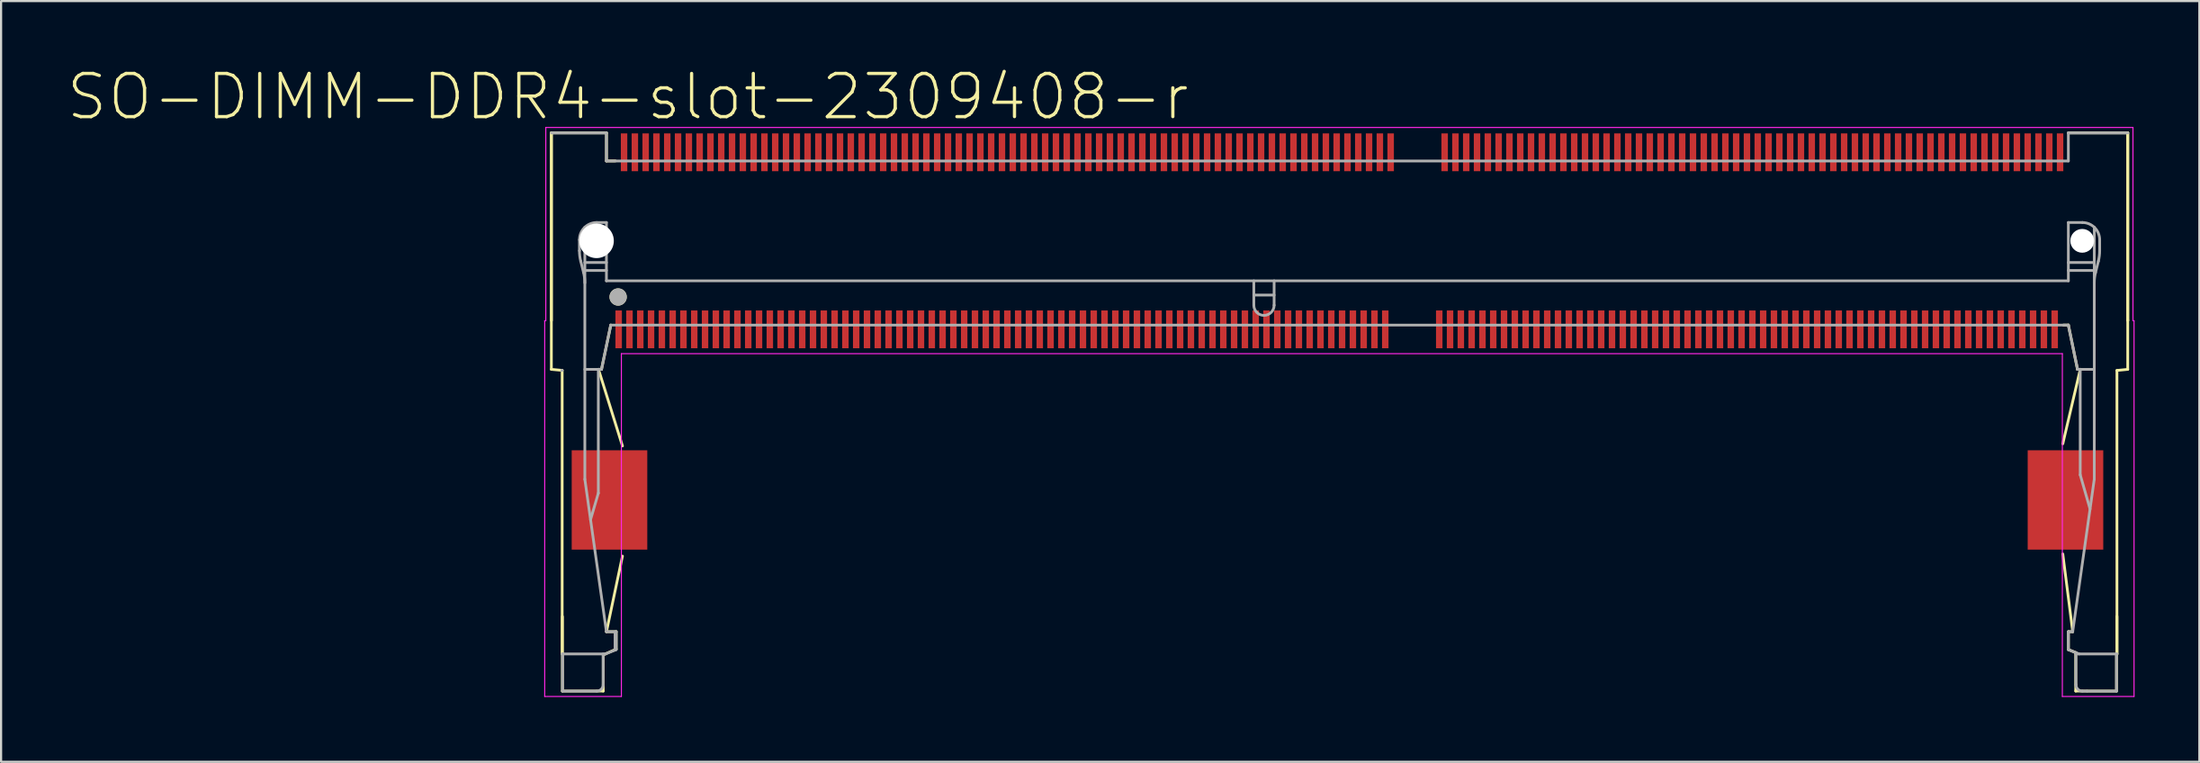
<source format=kicad_pcb>
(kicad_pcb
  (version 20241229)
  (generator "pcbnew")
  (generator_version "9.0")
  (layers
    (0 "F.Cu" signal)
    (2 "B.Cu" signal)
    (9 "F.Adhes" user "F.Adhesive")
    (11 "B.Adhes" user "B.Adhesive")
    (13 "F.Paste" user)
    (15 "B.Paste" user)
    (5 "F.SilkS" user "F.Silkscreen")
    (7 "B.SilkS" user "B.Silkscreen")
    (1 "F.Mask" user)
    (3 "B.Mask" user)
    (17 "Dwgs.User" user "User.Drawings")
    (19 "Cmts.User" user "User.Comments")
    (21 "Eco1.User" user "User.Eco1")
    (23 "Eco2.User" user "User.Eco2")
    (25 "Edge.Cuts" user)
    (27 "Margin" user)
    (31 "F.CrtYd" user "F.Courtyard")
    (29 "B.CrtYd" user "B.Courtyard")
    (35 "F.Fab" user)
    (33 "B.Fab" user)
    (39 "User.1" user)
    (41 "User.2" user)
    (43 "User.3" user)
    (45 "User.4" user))
  (footprint "SO-DIMM-DDR4-slot-2309408-r"
    (layer "F.Cu")
    (at 55.475 8.103)
    (property "Reference" "SO-DIMM-DDR4-slot-2309408-r" (at -29.45 -6.67 180) (layer "F.SilkS") (effects (font (size 2 2) (thickness 0.15))))
    (attr through_hole)
    (fp_line (start -32.992 -4.998) (end -32.992 5.952) (stroke (width 0.127) (type solid)) (layer "F.SilkS"))
    (fp_line (start -32.992 5.952) (end -32.492 5.999) (stroke (width 0.127) (type solid)) (layer "F.SilkS"))
    (fp_line (start -32.99 -5) (end -32.99 3.69) (stroke (width 0.127) (type solid)) (layer "F.SilkS"))
    (fp_line (start -32.492 19.132) (end -32.492 6.002) (stroke (width 0.127) (type solid)) (layer "F.SilkS"))
    (fp_line (start -32.48 20.85) (end -32.48 17.4) (stroke (width 0.127) (type solid)) (layer "F.SilkS"))
    (fp_line (start -30.81 5.95) (end -29.7 9.5) (stroke (width 0.127) (type solid)) (layer "F.SilkS"))
    (fp_line (start -30.67 5.95) (end -30.81 5.95) (stroke (width 0.127) (type solid)) (layer "F.SilkS"))
    (fp_line (start -30.59 19.18) (end -30.59 20.85) (stroke (width 0.127) (type solid)) (layer "F.SilkS"))
    (fp_line (start -30.59 20.85) (end -32.48 20.85) (stroke (width 0.127) (type solid)) (layer "F.SilkS"))
    (fp_line (start -30.47 19.12) (end -30.59 19.18) (stroke (width 0.127) (type solid)) (layer "F.SilkS"))
    (fp_line (start -30.44 -5) (end -32.99 -5) (stroke (width 0.127) (type solid)) (layer "F.SilkS"))
    (fp_line (start -30.44 -3.7) (end -30.44 -5) (stroke (width 0.127) (type solid)) (layer "F.SilkS"))
    (fp_line (start -30.44 18.1) (end -29.99 18.1) (stroke (width 0.127) (type solid)) (layer "F.SilkS"))
    (fp_line (start -30.24 3.9) (end -30.67 5.95) (stroke (width 0.127) (type solid)) (layer "F.SilkS"))
    (fp_line (start -30.03 -3.7) (end -30.44 -3.7) (stroke (width 0.127) (type solid)) (layer "F.SilkS"))
    (fp_line (start -29.99 18.1) (end -29.99 18.91) (stroke (width 0.127) (type solid)) (layer "F.SilkS"))
    (fp_line (start -29.99 18.91) (end -30.47 19.12) (stroke (width 0.127) (type solid)) (layer "F.SilkS"))
    (fp_line (start -29.7 14.6) (end -30.44 18.1) (stroke (width 0.127) (type solid)) (layer "F.SilkS"))
    (fp_line (start 37.03 3.9) (end 37.26 3.9) (stroke (width 0.127) (type solid)) (layer "F.SilkS"))
    (fp_line (start 37.26 3.9) (end 37.68 5.95) (stroke (width 0.127) (type solid)) (layer "F.SilkS"))
    (fp_line (start 37.26 18.1) (end 37.46 18.1) (stroke (width 0.127) (type solid)) (layer "F.SilkS"))
    (fp_line (start 37.26 18.93) (end 37.26 18.1) (stroke (width 0.127) (type solid)) (layer "F.SilkS"))
    (fp_line (start 37.46 18.1) (end 37 14.5) (stroke (width 0.127) (type solid)) (layer "F.SilkS"))
    (fp_line (start 37.6 19.07) (end 37.26 18.93) (stroke (width 0.127) (type solid)) (layer "F.SilkS"))
    (fp_line (start 37.6 20.85) (end 37.6 19.07) (stroke (width 0.127) (type solid)) (layer "F.SilkS"))
    (fp_line (start 37.68 5.95) (end 37.81 5.95) (stroke (width 0.127) (type solid)) (layer "F.SilkS"))
    (fp_line (start 37.81 5.95) (end 37 9.4) (stroke (width 0.127) (type solid)) (layer "F.SilkS"))
    (fp_line (start 39.49 19.14) (end 39.49 20.85) (stroke (width 0.127) (type solid)) (layer "F.SilkS"))
    (fp_line (start 39.49 20.85) (end 37.6 20.85) (stroke (width 0.127) (type solid)) (layer "F.SilkS"))
    (fp_line (start 39.508 6.002) (end 40.008 5.952) (stroke (width 0.127) (type solid)) (layer "F.SilkS"))
    (fp_line (start 39.508 19.132) (end 39.508 6.002) (stroke (width 0.127) (type solid)) (layer "F.SilkS"))
    (fp_line (start 39.51 17.39) (end 39.51 19.14) (stroke (width 0.127) (type solid)) (layer "F.SilkS"))
    (fp_line (start 39.51 19.14) (end 39.49 19.14) (stroke (width 0.127) (type solid)) (layer "F.SilkS"))
    (fp_line (start 40.008 5.952) (end 40.008 -4.998) (stroke (width 0.127) (type solid)) (layer "F.SilkS"))
    (fp_line (start 40.01 -5) (end 37.26 -5) (stroke (width 0.127) (type solid)) (layer "F.SilkS"))
    (fp_line (start 40.01 -5) (end 40.01 3.68) (stroke (width 0.127) (type solid)) (layer "F.SilkS"))
    (fp_line (start 40.01 3.68) (end 40.01 3.69) (stroke (width 0.127) (type solid)) (layer "F.SilkS"))
    (fp_circle (center -29.9 2.6) (end -29.7 2.6) (stroke (width 0.4) (type solid)) (fill no) (layer "F.SilkS"))
    (fp_line (start -33.3 3.7) (end -33.3 21.1) (stroke (width 0.05) (type solid)) (layer "F.CrtYd"))
    (fp_line (start -33.3 3.7) (end -33.25 3.7) (stroke (width 0.05) (type solid)) (layer "F.CrtYd"))
    (fp_line (start -33.3 21.1) (end -29.75 21.1) (stroke (width 0.05) (type solid)) (layer "F.CrtYd"))
    (fp_line (start -33.25 -5.25) (end 40.25 -5.25) (stroke (width 0.05) (type solid)) (layer "F.CrtYd"))
    (fp_line (start -33.25 3.7) (end -33.25 -5.25) (stroke (width 0.05) (type solid)) (layer "F.CrtYd"))
    (fp_line (start -29.75 5.225) (end -29.75 21.1) (stroke (width 0.05) (type solid)) (layer "F.CrtYd"))
    (fp_line (start 36.98 5.225) (end -29.75 5.225) (stroke (width 0.05) (type solid)) (layer "F.CrtYd"))
    (fp_line (start 36.98 21.1) (end 36.98 5.225) (stroke (width 0.05) (type solid)) (layer "F.CrtYd"))
    (fp_line (start 40.25 -5.25) (end 40.25 3.7) (stroke (width 0.05) (type solid)) (layer "F.CrtYd"))
    (fp_line (start 40.25 3.7) (end 40.3 3.7) (stroke (width 0.05) (type solid)) (layer "F.CrtYd"))
    (fp_line (start 40.3 3.7) (end 40.3 21.1) (stroke (width 0.05) (type solid)) (layer "F.CrtYd"))
    (fp_line (start 40.3 21.1) (end 36.98 21.1) (stroke (width 0.05) (type solid)) (layer "F.CrtYd"))
    (fp_line (start -32.492 19.132) (end -30.492 19.132) (stroke (width 0.127) (type solid)) (layer "F.Fab"))
    (fp_line (start -32.472 20.852) (end -32.472 19.132) (stroke (width 0.127) (type solid)) (layer "F.Fab"))
    (fp_line (start -31.692 -0.048) (end -31.692 0.456) (stroke (width 0.127) (type solid)) (layer "F.Fab"))
    (fp_line (start -31.632 0.941) (end -31.502 1.464) (stroke (width 0.127) (type solid)) (layer "F.Fab"))
    (fp_line (start -31.442 1.003) (end -30.442 1.003) (stroke (width 0.127) (type solid)) (layer "F.Fab"))
    (fp_line (start -31.442 1.372) (end -30.442 1.372) (stroke (width 0.127) (type solid)) (layer "F.Fab"))
    (fp_line (start -31.442 11.041) (end -31.442 -0.629) (stroke (width 0.127) (type solid)) (layer "F.Fab"))
    (fp_line (start -30.892 20.852) (end -32.472 20.852) (stroke (width 0.127) (type solid)) (layer "F.Fab"))
    (fp_line (start -30.817 5.952) (end -30.817 11.684) (stroke (width 0.127) (type solid)) (layer "F.Fab"))
    (fp_line (start -30.817 11.684) (end -31.177 12.912) (stroke (width 0.127) (type solid)) (layer "F.Fab"))
    (fp_line (start -30.669 5.952) (end -31.442 5.952) (stroke (width 0.127) (type solid)) (layer "F.Fab"))
    (fp_line (start -30.669 5.952) (end -30.242 3.902) (stroke (width 0.127) (type solid)) (layer "F.Fab"))
    (fp_line (start -30.592 19.132) (end -30.592 20.552) (stroke (width 0.127) (type solid)) (layer "F.Fab"))
    (fp_line (start -30.492 19.132) (end -29.992 18.932) (stroke (width 0.127) (type solid)) (layer "F.Fab"))
    (fp_line (start -30.442 -4.998) (end -32.992 -4.998) (stroke (width 0.127) (type solid)) (layer "F.Fab"))
    (fp_line (start -30.442 -3.698) (end -30.442 -4.998) (stroke (width 0.127) (type solid)) (layer "F.Fab"))
    (fp_line (start -30.442 -0.848) (end -30.892 -0.848) (stroke (width 0.127) (type solid)) (layer "F.Fab"))
    (fp_line (start -30.442 -0.848) (end -30.442 1.852) (stroke (width 0.127) (type solid)) (layer "F.Fab"))
    (fp_line (start -30.442 1.852) (end 37.258 1.852) (stroke (width 0.127) (type solid)) (layer "F.Fab"))
    (fp_line (start -30.442 18.102) (end -31.442 11.041) (stroke (width 0.127) (type solid)) (layer "F.Fab"))
    (fp_line (start -30.442 18.102) (end -29.992 18.102) (stroke (width 0.127) (type solid)) (layer "F.Fab"))
    (fp_line (start -30.242 3.902) (end 37.258 3.902) (stroke (width 0.127) (type solid)) (layer "F.Fab"))
    (fp_line (start -30.042 18.952) (end -30.042 18.102) (stroke (width 0.127) (type solid)) (layer "F.Fab"))
    (fp_line (start -29.992 18.932) (end -29.992 18.102) (stroke (width 0.127) (type solid)) (layer "F.Fab"))
    (fp_line (start -0.462 2.982) (end -0.462 1.852) (stroke (width 0.127) (type solid)) (layer "F.Fab"))
    (fp_line (start 0.478 2.512) (end -0.462 2.512) (stroke (width 0.127) (type solid)) (layer "F.Fab"))
    (fp_line (start 0.478 2.982) (end 0.478 1.852) (stroke (width 0.127) (type solid)) (layer "F.Fab"))
    (fp_line (start 37.258 -4.998) (end 37.258 -3.698) (stroke (width 0.127) (type solid)) (layer "F.Fab"))
    (fp_line (start 37.258 -3.698) (end -30.442 -3.698) (stroke (width 0.127) (type solid)) (layer "F.Fab"))
    (fp_line (start 37.258 -0.848) (end 37.908 -0.848) (stroke (width 0.127) (type solid)) (layer "F.Fab"))
    (fp_line (start 37.258 1.003) (end 38.458 1.003) (stroke (width 0.127) (type solid)) (layer "F.Fab"))
    (fp_line (start 37.258 1.372) (end 38.458 1.372) (stroke (width 0.127) (type solid)) (layer "F.Fab"))
    (fp_line (start 37.258 1.852) (end 37.258 -0.848) (stroke (width 0.127) (type solid)) (layer "F.Fab"))
    (fp_line (start 37.258 3.902) (end 37.685 5.952) (stroke (width 0.127) (type solid)) (layer "F.Fab"))
    (fp_line (start 37.258 18.102) (end 37.258 18.932) (stroke (width 0.127) (type solid)) (layer "F.Fab"))
    (fp_line (start 37.258 18.102) (end 37.458 18.102) (stroke (width 0.127) (type solid)) (layer "F.Fab"))
    (fp_line (start 37.258 18.932) (end 37.758 19.132) (stroke (width 0.127) (type solid)) (layer "F.Fab"))
    (fp_line (start 37.458 18.102) (end 38.458 11.041) (stroke (width 0.127) (type solid)) (layer "F.Fab"))
    (fp_line (start 37.608 19.072) (end 37.608 20.552) (stroke (width 0.127) (type solid)) (layer "F.Fab"))
    (fp_line (start 37.608 19.132) (end 39.508 19.132) (stroke (width 0.127) (type solid)) (layer "F.Fab"))
    (fp_line (start 37.685 5.952) (end 38.458 5.952) (stroke (width 0.127) (type solid)) (layer "F.Fab"))
    (fp_line (start 37.808 10.836) (end 37.808 5.952) (stroke (width 0.127) (type solid)) (layer "F.Fab"))
    (fp_line (start 38.127 20.852) (end 37.908 20.852) (stroke (width 0.127) (type solid)) (layer "F.Fab"))
    (fp_line (start 38.263 12.421) (end 37.808 10.836) (stroke (width 0.127) (type solid)) (layer "F.Fab"))
    (fp_line (start 38.458 -0.629) (end 38.458 11.041) (stroke (width 0.127) (type solid)) (layer "F.Fab"))
    (fp_line (start 38.648 0.941) (end 38.518 1.464) (stroke (width 0.127) (type solid)) (layer "F.Fab"))
    (fp_line (start 38.708 -0.048) (end 38.708 0.456) (stroke (width 0.127) (type solid)) (layer "F.Fab"))
    (fp_line (start 39.488 19.132) (end 39.488 20.853) (stroke (width 0.127) (type solid)) (layer "F.Fab"))
    (fp_line (start 39.488 20.853) (end 38.127 20.853) (stroke (width 0.127) (type solid)) (layer "F.Fab"))
    (fp_line (start 40.008 -4.998) (end 37.258 -4.998) (stroke (width 0.127) (type solid)) (layer "F.Fab"))
    (fp_arc (start -32.4919 5.99926) (mid -32.504299 6.001641) (end -32.5169 6.00244) (stroke (width 0.127) (type solid)) (layer "F.Fab"))
    (fp_arc (start -31.6919 -0.047559) (mid -31.457585 -0.613244) (end -30.8919 -0.847559) (stroke (width 0.127) (type solid)) (layer "F.Fab"))
    (fp_arc (start -31.6321 0.941341) (mid -31.676874 0.700625) (end -31.6919 0.456241) (stroke (width 0.127) (type solid)) (layer "F.Fab"))
    (fp_arc (start -31.5016 1.46355) (mid -31.456876 1.704264) (end -31.4419 1.94864) (stroke (width 0.127) (type solid)) (layer "F.Fab"))
    (fp_arc (start -30.5919 20.5524) (mid -30.679768 20.764532) (end -30.8919 20.8524) (stroke (width 0.127) (type solid)) (layer "F.Fab"))
    (fp_arc (start 0.478131 2.98244) (mid 0.008131 3.45244) (end -0.461869 2.98244) (stroke (width 0.127) (type solid)) (layer "F.Fab"))
    (fp_arc (start 37.9081 -0.847559) (mid 38.473785 -0.613244) (end 38.7081 -0.047559) (stroke (width 0.127) (type solid)) (layer "F.Fab"))
    (fp_arc (start 37.9081 20.8524) (mid 37.695968 20.764532) (end 37.6081 20.5524) (stroke (width 0.127) (type solid)) (layer "F.Fab"))
    (fp_arc (start 38.4581 1.94864) (mid 38.473126 1.704261) (end 38.5179 1.46355) (stroke (width 0.127) (type solid)) (layer "F.Fab"))
    (fp_arc (start 38.7081 0.456241) (mid 38.693124 0.700622) (end 38.6484 0.941341) (stroke (width 0.127) (type solid)) (layer "F.Fab"))
    (fp_circle (center -29.9 2.6) (end -29.7 2.6) (stroke (width 0.4) (type solid)) (fill no) (layer "F.Fab"))
    (pad "" np_thru_hole circle (at -30.9 0) (size 1.6 1.6) (drill 1.6) (layers "*.Cu" "*.Mask"))
    (pad "" np_thru_hole circle (at 37.9 0) (size 1.1 1.1) (drill 1.1) (layers "*.Cu" "*.Mask"))
    (pad "1" smd rect (at -29.875 4.1 270) (size 1.75 0.3) (layers "F.Cu" "F.Mask" "F.Paste"))
    (pad "2" smd rect (at -29.625 -4.1 270) (size 1.75 0.3) (layers "F.Cu" "F.Mask" "F.Paste"))
    (pad "3" smd rect (at -29.375 4.1 270) (size 1.75 0.3) (layers "F.Cu" "F.Mask" "F.Paste"))
    (pad "4" smd rect (at -29.125 -4.1 270) (size 1.75 0.3) (layers "F.Cu" "F.Mask" "F.Paste"))
    (pad "5" smd rect (at -28.875 4.1 270) (size 1.75 0.3) (layers "F.Cu" "F.Mask" "F.Paste"))
    (pad "6" smd rect (at -28.625 -4.1 270) (size 1.75 0.3) (layers "F.Cu" "F.Mask" "F.Paste"))
    (pad "7" smd rect (at -28.375 4.1 270) (size 1.75 0.3) (layers "F.Cu" "F.Mask" "F.Paste"))
    (pad "8" smd rect (at -28.125 -4.1 270) (size 1.75 0.3) (layers "F.Cu" "F.Mask" "F.Paste"))
    (pad "9" smd rect (at -27.875 4.1 270) (size 1.75 0.3) (layers "F.Cu" "F.Mask" "F.Paste"))
    (pad "10" smd rect (at -27.625 -4.1 270) (size 1.75 0.3) (layers "F.Cu" "F.Mask" "F.Paste"))
    (pad "11" smd rect (at -27.375 4.1 270) (size 1.75 0.3) (layers "F.Cu" "F.Mask" "F.Paste"))
    (pad "12" smd rect (at -27.125 -4.1 270) (size 1.75 0.3) (layers "F.Cu" "F.Mask" "F.Paste"))
    (pad "13" smd rect (at -26.875 4.1 270) (size 1.75 0.3) (layers "F.Cu" "F.Mask" "F.Paste"))
    (pad "14" smd rect (at -26.625 -4.1 270) (size 1.75 0.3) (layers "F.Cu" "F.Mask" "F.Paste"))
    (pad "15" smd rect (at -26.375 4.1 270) (size 1.75 0.3) (layers "F.Cu" "F.Mask" "F.Paste"))
    (pad "16" smd rect (at -26.125 -4.1 270) (size 1.75 0.3) (layers "F.Cu" "F.Mask" "F.Paste"))
    (pad "17" smd rect (at -25.875 4.1 270) (size 1.75 0.3) (layers "F.Cu" "F.Mask" "F.Paste"))
    (pad "18" smd rect (at -25.625 -4.1 270) (size 1.75 0.3) (layers "F.Cu" "F.Mask" "F.Paste"))
    (pad "19" smd rect (at -25.375 4.1 270) (size 1.75 0.3) (layers "F.Cu" "F.Mask" "F.Paste"))
    (pad "20" smd rect (at -25.125 -4.1 270) (size 1.75 0.3) (layers "F.Cu" "F.Mask" "F.Paste"))
    (pad "21" smd rect (at -24.875 4.1 270) (size 1.75 0.3) (layers "F.Cu" "F.Mask" "F.Paste"))
    (pad "22" smd rect (at -24.625 -4.1 270) (size 1.75 0.3) (layers "F.Cu" "F.Mask" "F.Paste"))
    (pad "23" smd rect (at -24.375 4.1 270) (size 1.75 0.3) (layers "F.Cu" "F.Mask" "F.Paste"))
    (pad "24" smd rect (at -24.125 -4.1 270) (size 1.75 0.3) (layers "F.Cu" "F.Mask" "F.Paste"))
    (pad "25" smd rect (at -23.875 4.1 270) (size 1.75 0.3) (layers "F.Cu" "F.Mask" "F.Paste"))
    (pad "26" smd rect (at -23.625 -4.1 270) (size 1.75 0.3) (layers "F.Cu" "F.Mask" "F.Paste"))
    (pad "27" smd rect (at -23.375 4.1 270) (size 1.75 0.3) (layers "F.Cu" "F.Mask" "F.Paste"))
    (pad "28" smd rect (at -23.125 -4.1 270) (size 1.75 0.3) (layers "F.Cu" "F.Mask" "F.Paste"))
    (pad "29" smd rect (at -22.875 4.1 270) (size 1.75 0.3) (layers "F.Cu" "F.Mask" "F.Paste"))
    (pad "30" smd rect (at -22.625 -4.1 270) (size 1.75 0.3) (layers "F.Cu" "F.Mask" "F.Paste"))
    (pad "31" smd rect (at -22.375 4.1 270) (size 1.75 0.3) (layers "F.Cu" "F.Mask" "F.Paste"))
    (pad "32" smd rect (at -22.125 -4.1 270) (size 1.75 0.3) (layers "F.Cu" "F.Mask" "F.Paste"))
    (pad "33" smd rect (at -21.875 4.1 270) (size 1.75 0.3) (layers "F.Cu" "F.Mask" "F.Paste"))
    (pad "34" smd rect (at -21.625 -4.1 270) (size 1.75 0.3) (layers "F.Cu" "F.Mask" "F.Paste"))
    (pad "35" smd rect (at -21.375 4.1 270) (size 1.75 0.3) (layers "F.Cu" "F.Mask" "F.Paste"))
    (pad "36" smd rect (at -21.125 -4.1 270) (size 1.75 0.3) (layers "F.Cu" "F.Mask" "F.Paste"))
    (pad "37" smd rect (at -20.875 4.1 270) (size 1.75 0.3) (layers "F.Cu" "F.Mask" "F.Paste"))
    (pad "38" smd rect (at -20.625 -4.1 270) (size 1.75 0.3) (layers "F.Cu" "F.Mask" "F.Paste"))
    (pad "39" smd rect (at -20.375 4.1 270) (size 1.75 0.3) (layers "F.Cu" "F.Mask" "F.Paste"))
    (pad "40" smd rect (at -20.125 -4.1 270) (size 1.75 0.3) (layers "F.Cu" "F.Mask" "F.Paste"))
    (pad "41" smd rect (at -19.875 4.1 270) (size 1.75 0.3) (layers "F.Cu" "F.Mask" "F.Paste"))
    (pad "42" smd rect (at -19.625 -4.1 270) (size 1.75 0.3) (layers "F.Cu" "F.Mask" "F.Paste"))
    (pad "43" smd rect (at -19.375 4.1 270) (size 1.75 0.3) (layers "F.Cu" "F.Mask" "F.Paste"))
    (pad "44" smd rect (at -19.125 -4.1 270) (size 1.75 0.3) (layers "F.Cu" "F.Mask" "F.Paste"))
    (pad "45" smd rect (at -18.875 4.1 270) (size 1.75 0.3) (layers "F.Cu" "F.Mask" "F.Paste"))
    (pad "46" smd rect (at -18.625 -4.1 270) (size 1.75 0.3) (layers "F.Cu" "F.Mask" "F.Paste"))
    (pad "47" smd rect (at -18.375 4.1 270) (size 1.75 0.3) (layers "F.Cu" "F.Mask" "F.Paste"))
    (pad "48" smd rect (at -18.125 -4.1 270) (size 1.75 0.3) (layers "F.Cu" "F.Mask" "F.Paste"))
    (pad "49" smd rect (at -17.875 4.1 270) (size 1.75 0.3) (layers "F.Cu" "F.Mask" "F.Paste"))
    (pad "50" smd rect (at -17.625 -4.1 270) (size 1.75 0.3) (layers "F.Cu" "F.Mask" "F.Paste"))
    (pad "51" smd rect (at -17.375 4.1 270) (size 1.75 0.3) (layers "F.Cu" "F.Mask" "F.Paste"))
    (pad "52" smd rect (at -17.125 -4.1 270) (size 1.75 0.3) (layers "F.Cu" "F.Mask" "F.Paste"))
    (pad "53" smd rect (at -16.875 4.1 270) (size 1.75 0.3) (layers "F.Cu" "F.Mask" "F.Paste"))
    (pad "54" smd rect (at -16.625 -4.1 270) (size 1.75 0.3) (layers "F.Cu" "F.Mask" "F.Paste"))
    (pad "55" smd rect (at -16.375 4.1 270) (size 1.75 0.3) (layers "F.Cu" "F.Mask" "F.Paste"))
    (pad "56" smd rect (at -16.125 -4.1 270) (size 1.75 0.3) (layers "F.Cu" "F.Mask" "F.Paste"))
    (pad "57" smd rect (at -15.875 4.1 270) (size 1.75 0.3) (layers "F.Cu" "F.Mask" "F.Paste"))
    (pad "58" smd rect (at -15.625 -4.1 270) (size 1.75 0.3) (layers "F.Cu" "F.Mask" "F.Paste"))
    (pad "59" smd rect (at -15.375 4.1 270) (size 1.75 0.3) (layers "F.Cu" "F.Mask" "F.Paste"))
    (pad "60" smd rect (at -15.125 -4.1 270) (size 1.75 0.3) (layers "F.Cu" "F.Mask" "F.Paste"))
    (pad "61" smd rect (at -14.875 4.1 270) (size 1.75 0.3) (layers "F.Cu" "F.Mask" "F.Paste"))
    (pad "62" smd rect (at -14.625 -4.1 270) (size 1.75 0.3) (layers "F.Cu" "F.Mask" "F.Paste"))
    (pad "63" smd rect (at -14.375 4.1 270) (size 1.75 0.3) (layers "F.Cu" "F.Mask" "F.Paste"))
    (pad "64" smd rect (at -14.125 -4.1 270) (size 1.75 0.3) (layers "F.Cu" "F.Mask" "F.Paste"))
    (pad "65" smd rect (at -13.875 4.1 270) (size 1.75 0.3) (layers "F.Cu" "F.Mask" "F.Paste"))
    (pad "66" smd rect (at -13.625 -4.1 270) (size 1.75 0.3) (layers "F.Cu" "F.Mask" "F.Paste"))
    (pad "67" smd rect (at -13.375 4.1 270) (size 1.75 0.3) (layers "F.Cu" "F.Mask" "F.Paste"))
    (pad "68" smd rect (at -13.125 -4.1 270) (size 1.75 0.3) (layers "F.Cu" "F.Mask" "F.Paste"))
    (pad "69" smd rect (at -12.875 4.1 270) (size 1.75 0.3) (layers "F.Cu" "F.Mask" "F.Paste"))
    (pad "70" smd rect (at -12.625 -4.1 270) (size 1.75 0.3) (layers "F.Cu" "F.Mask" "F.Paste"))
    (pad "71" smd rect (at -12.375 4.1 270) (size 1.75 0.3) (layers "F.Cu" "F.Mask" "F.Paste"))
    (pad "72" smd rect (at -12.125 -4.1 270) (size 1.75 0.3) (layers "F.Cu" "F.Mask" "F.Paste"))
    (pad "73" smd rect (at -11.875 4.1 270) (size 1.75 0.3) (layers "F.Cu" "F.Mask" "F.Paste"))
    (pad "74" smd rect (at -11.625 -4.1 270) (size 1.75 0.3) (layers "F.Cu" "F.Mask" "F.Paste"))
    (pad "75" smd rect (at -11.375 4.1 270) (size 1.75 0.3) (layers "F.Cu" "F.Mask" "F.Paste"))
    (pad "76" smd rect (at -11.125 -4.1 270) (size 1.75 0.3) (layers "F.Cu" "F.Mask" "F.Paste"))
    (pad "77" smd rect (at -10.875 4.1 270) (size 1.75 0.3) (layers "F.Cu" "F.Mask" "F.Paste"))
    (pad "78" smd rect (at -10.625 -4.1 270) (size 1.75 0.3) (layers "F.Cu" "F.Mask" "F.Paste"))
    (pad "79" smd rect (at -10.375 4.1 270) (size 1.75 0.3) (layers "F.Cu" "F.Mask" "F.Paste"))
    (pad "80" smd rect (at -10.125 -4.1 270) (size 1.75 0.3) (layers "F.Cu" "F.Mask" "F.Paste"))
    (pad "81" smd rect (at -9.875 4.1 270) (size 1.75 0.3) (layers "F.Cu" "F.Mask" "F.Paste"))
    (pad "82" smd rect (at -9.625 -4.1 270) (size 1.75 0.3) (layers "F.Cu" "F.Mask" "F.Paste"))
    (pad "83" smd rect (at -9.375 4.1 270) (size 1.75 0.3) (layers "F.Cu" "F.Mask" "F.Paste"))
    (pad "84" smd rect (at -9.125 -4.1 270) (size 1.75 0.3) (layers "F.Cu" "F.Mask" "F.Paste"))
    (pad "85" smd rect (at -8.875 4.1 270) (size 1.75 0.3) (layers "F.Cu" "F.Mask" "F.Paste"))
    (pad "86" smd rect (at -8.625 -4.1 270) (size 1.75 0.3) (layers "F.Cu" "F.Mask" "F.Paste"))
    (pad "87" smd rect (at -8.375 4.1 270) (size 1.75 0.3) (layers "F.Cu" "F.Mask" "F.Paste"))
    (pad "88" smd rect (at -8.125 -4.1 270) (size 1.75 0.3) (layers "F.Cu" "F.Mask" "F.Paste"))
    (pad "89" smd rect (at -7.875 4.1 270) (size 1.75 0.3) (layers "F.Cu" "F.Mask" "F.Paste"))
    (pad "90" smd rect (at -7.625 -4.1 270) (size 1.75 0.3) (layers "F.Cu" "F.Mask" "F.Paste"))
    (pad "91" smd rect (at -7.375 4.1 270) (size 1.75 0.3) (layers "F.Cu" "F.Mask" "F.Paste"))
    (pad "92" smd rect (at -7.125 -4.1 270) (size 1.75 0.3) (layers "F.Cu" "F.Mask" "F.Paste"))
    (pad "93" smd rect (at -6.875 4.1 270) (size 1.75 0.3) (layers "F.Cu" "F.Mask" "F.Paste"))
    (pad "94" smd rect (at -6.625 -4.1 270) (size 1.75 0.3) (layers "F.Cu" "F.Mask" "F.Paste"))
    (pad "95" smd rect (at -6.375 4.1 270) (size 1.75 0.3) (layers "F.Cu" "F.Mask" "F.Paste"))
    (pad "96" smd rect (at -6.125 -4.1 270) (size 1.75 0.3) (layers "F.Cu" "F.Mask" "F.Paste"))
    (pad "97" smd rect (at -5.875 4.1 270) (size 1.75 0.3) (layers "F.Cu" "F.Mask" "F.Paste"))
    (pad "98" smd rect (at -5.625 -4.1 270) (size 1.75 0.3) (layers "F.Cu" "F.Mask" "F.Paste"))
    (pad "99" smd rect (at -5.375 4.1 270) (size 1.75 0.3) (layers "F.Cu" "F.Mask" "F.Paste"))
    (pad "100" smd rect (at -5.125 -4.1 270) (size 1.75 0.3) (layers "F.Cu" "F.Mask" "F.Paste"))
    (pad "101" smd rect (at -4.875 4.1 270) (size 1.75 0.3) (layers "F.Cu" "F.Mask" "F.Paste"))
    (pad "102" smd rect (at -4.625 -4.1 270) (size 1.75 0.3) (layers "F.Cu" "F.Mask" "F.Paste"))
    (pad "103" smd rect (at -4.375 4.1 270) (size 1.75 0.3) (layers "F.Cu" "F.Mask" "F.Paste"))
    (pad "104" smd rect (at -4.125 -4.1 270) (size 1.75 0.3) (layers "F.Cu" "F.Mask" "F.Paste"))
    (pad "105" smd rect (at -3.875 4.1 270) (size 1.75 0.3) (layers "F.Cu" "F.Mask" "F.Paste"))
    (pad "106" smd rect (at -3.625 -4.1 270) (size 1.75 0.3) (layers "F.Cu" "F.Mask" "F.Paste"))
    (pad "107" smd rect (at -3.375 4.1 270) (size 1.75 0.3) (layers "F.Cu" "F.Mask" "F.Paste"))
    (pad "108" smd rect (at -3.125 -4.1 270) (size 1.75 0.3) (layers "F.Cu" "F.Mask" "F.Paste"))
    (pad "109" smd rect (at -2.875 4.1 270) (size 1.75 0.3) (layers "F.Cu" "F.Mask" "F.Paste"))
    (pad "110" smd rect (at -2.625 -4.1 270) (size 1.75 0.3) (layers "F.Cu" "F.Mask" "F.Paste"))
    (pad "111" smd rect (at -2.375 4.1 270) (size 1.75 0.3) (layers "F.Cu" "F.Mask" "F.Paste"))
    (pad "112" smd rect (at -2.125 -4.1 270) (size 1.75 0.3) (layers "F.Cu" "F.Mask" "F.Paste"))
    (pad "113" smd rect (at -1.875 4.1 270) (size 1.75 0.3) (layers "F.Cu" "F.Mask" "F.Paste"))
    (pad "114" smd rect (at -1.625 -4.1 270) (size 1.75 0.3) (layers "F.Cu" "F.Mask" "F.Paste"))
    (pad "115" smd rect (at -1.375 4.1 270) (size 1.75 0.3) (layers "F.Cu" "F.Mask" "F.Paste"))
    (pad "116" smd rect (at -1.125 -4.1 270) (size 1.75 0.3) (layers "F.Cu" "F.Mask" "F.Paste"))
    (pad "117" smd rect (at -0.875 4.1 270) (size 1.75 0.3) (layers "F.Cu" "F.Mask" "F.Paste"))
    (pad "118" smd rect (at -0.625 -4.1 270) (size 1.75 0.3) (layers "F.Cu" "F.Mask" "F.Paste"))
    (pad "119" smd rect (at -0.375 4.1 270) (size 1.75 0.3) (layers "F.Cu" "F.Mask" "F.Paste"))
    (pad "120" smd rect (at -0.125 -4.1 270) (size 1.75 0.3) (layers "F.Cu" "F.Mask" "F.Paste"))
    (pad "121" smd rect (at 0.125 4.1 270) (size 1.75 0.3) (layers "F.Cu" "F.Mask" "F.Paste"))
    (pad "122" smd rect (at 0.375 -4.1 270) (size 1.75 0.3) (layers "F.Cu" "F.Mask" "F.Paste"))
    (pad "123" smd rect (at 0.625 4.1 270) (size 1.75 0.3) (layers "F.Cu" "F.Mask" "F.Paste"))
    (pad "124" smd rect (at 0.875 -4.1 270) (size 1.75 0.3) (layers "F.Cu" "F.Mask" "F.Paste"))
    (pad "125" smd rect (at 1.125 4.1 270) (size 1.75 0.3) (layers "F.Cu" "F.Mask" "F.Paste"))
    (pad "126" smd rect (at 1.375 -4.1 270) (size 1.75 0.3) (layers "F.Cu" "F.Mask" "F.Paste"))
    (pad "127" smd rect (at 1.625 4.1 270) (size 1.75 0.3) (layers "F.Cu" "F.Mask" "F.Paste"))
    (pad "128" smd rect (at 1.875 -4.1 270) (size 1.75 0.3) (layers "F.Cu" "F.Mask" "F.Paste"))
    (pad "129" smd rect (at 2.125 4.1 270) (size 1.75 0.3) (layers "F.Cu" "F.Mask" "F.Paste"))
    (pad "130" smd rect (at 2.375 -4.1 270) (size 1.75 0.3) (layers "F.Cu" "F.Mask" "F.Paste"))
    (pad "131" smd rect (at 2.625 4.1 270) (size 1.75 0.3) (layers "F.Cu" "F.Mask" "F.Paste"))
    (pad "132" smd rect (at 2.875 -4.1 270) (size 1.75 0.3) (layers "F.Cu" "F.Mask" "F.Paste"))
    (pad "133" smd rect (at 3.125 4.1 270) (size 1.75 0.3) (layers "F.Cu" "F.Mask" "F.Paste"))
    (pad "134" smd rect (at 3.375 -4.1 270) (size 1.75 0.3) (layers "F.Cu" "F.Mask" "F.Paste"))
    (pad "135" smd rect (at 3.625 4.1 270) (size 1.75 0.3) (layers "F.Cu" "F.Mask" "F.Paste"))
    (pad "136" smd rect (at 3.875 -4.1 270) (size 1.75 0.3) (layers "F.Cu" "F.Mask" "F.Paste"))
    (pad "137" smd rect (at 4.125 4.1 270) (size 1.75 0.3) (layers "F.Cu" "F.Mask" "F.Paste"))
    (pad "138" smd rect (at 4.375 -4.1 270) (size 1.75 0.3) (layers "F.Cu" "F.Mask" "F.Paste"))
    (pad "139" smd rect (at 4.625 4.1 270) (size 1.75 0.3) (layers "F.Cu" "F.Mask" "F.Paste"))
    (pad "140" smd rect (at 4.875 -4.1 270) (size 1.75 0.3) (layers "F.Cu" "F.Mask" "F.Paste"))
    (pad "141" smd rect (at 5.125 4.1 270) (size 1.75 0.3) (layers "F.Cu" "F.Mask" "F.Paste"))
    (pad "142" smd rect (at 5.375 -4.1 270) (size 1.75 0.3) (layers "F.Cu" "F.Mask" "F.Paste"))
    (pad "143" smd rect (at 5.625 4.1 270) (size 1.75 0.3) (layers "F.Cu" "F.Mask" "F.Paste"))
    (pad "144" smd rect (at 5.875 -4.1 270) (size 1.75 0.3) (layers "F.Cu" "F.Mask" "F.Paste"))
    (pad "145" smd rect (at 8.125 4.1 270) (size 1.75 0.3) (layers "F.Cu" "F.Mask" "F.Paste"))
    (pad "146" smd rect (at 8.375 -4.1 270) (size 1.75 0.3) (layers "F.Cu" "F.Mask" "F.Paste"))
    (pad "147" smd rect (at 8.625 4.1 270) (size 1.75 0.3) (layers "F.Cu" "F.Mask" "F.Paste"))
    (pad "148" smd rect (at 8.875 -4.1 270) (size 1.75 0.3) (layers "F.Cu" "F.Mask" "F.Paste"))
    (pad "149" smd rect (at 9.125 4.1 270) (size 1.75 0.3) (layers "F.Cu" "F.Mask" "F.Paste"))
    (pad "150" smd rect (at 9.375 -4.1 270) (size 1.75 0.3) (layers "F.Cu" "F.Mask" "F.Paste"))
    (pad "151" smd rect (at 9.625 4.1 270) (size 1.75 0.3) (layers "F.Cu" "F.Mask" "F.Paste"))
    (pad "152" smd rect (at 9.875 -4.1 270) (size 1.75 0.3) (layers "F.Cu" "F.Mask" "F.Paste"))
    (pad "153" smd rect (at 10.125 4.1 270) (size 1.75 0.3) (layers "F.Cu" "F.Mask" "F.Paste"))
    (pad "154" smd rect (at 10.375 -4.1 270) (size 1.75 0.3) (layers "F.Cu" "F.Mask" "F.Paste"))
    (pad "155" smd rect (at 10.625 4.1 270) (size 1.75 0.3) (layers "F.Cu" "F.Mask" "F.Paste"))
    (pad "156" smd rect (at 10.875 -4.1 270) (size 1.75 0.3) (layers "F.Cu" "F.Mask" "F.Paste"))
    (pad "157" smd rect (at 11.125 4.1 270) (size 1.75 0.3) (layers "F.Cu" "F.Mask" "F.Paste"))
    (pad "158" smd rect (at 11.375 -4.1 270) (size 1.75 0.3) (layers "F.Cu" "F.Mask" "F.Paste"))
    (pad "159" smd rect (at 11.625 4.1 270) (size 1.75 0.3) (layers "F.Cu" "F.Mask" "F.Paste"))
    (pad "160" smd rect (at 11.875 -4.1 270) (size 1.75 0.3) (layers "F.Cu" "F.Mask" "F.Paste"))
    (pad "161" smd rect (at 12.125 4.1 270) (size 1.75 0.3) (layers "F.Cu" "F.Mask" "F.Paste"))
    (pad "162" smd rect (at 12.375 -4.1 270) (size 1.75 0.3) (layers "F.Cu" "F.Mask" "F.Paste"))
    (pad "163" smd rect (at 12.625 4.1 270) (size 1.75 0.3) (layers "F.Cu" "F.Mask" "F.Paste"))
    (pad "164" smd rect (at 12.875 -4.1 270) (size 1.75 0.3) (layers "F.Cu" "F.Mask" "F.Paste"))
    (pad "165" smd rect (at 13.125 4.1 270) (size 1.75 0.3) (layers "F.Cu" "F.Mask" "F.Paste"))
    (pad "166" smd rect (at 13.375 -4.1 270) (size 1.75 0.3) (layers "F.Cu" "F.Mask" "F.Paste"))
    (pad "167" smd rect (at 13.625 4.1 270) (size 1.75 0.3) (layers "F.Cu" "F.Mask" "F.Paste"))
    (pad "168" smd rect (at 13.875 -4.1 270) (size 1.75 0.3) (layers "F.Cu" "F.Mask" "F.Paste"))
    (pad "169" smd rect (at 14.125 4.1 270) (size 1.75 0.3) (layers "F.Cu" "F.Mask" "F.Paste"))
    (pad "170" smd rect (at 14.375 -4.1 270) (size 1.75 0.3) (layers "F.Cu" "F.Mask" "F.Paste"))
    (pad "171" smd rect (at 14.625 4.1 270) (size 1.75 0.3) (layers "F.Cu" "F.Mask" "F.Paste"))
    (pad "172" smd rect (at 14.875 -4.1 270) (size 1.75 0.3) (layers "F.Cu" "F.Mask" "F.Paste"))
    (pad "173" smd rect (at 15.125 4.1 270) (size 1.75 0.3) (layers "F.Cu" "F.Mask" "F.Paste"))
    (pad "174" smd rect (at 15.375 -4.1 270) (size 1.75 0.3) (layers "F.Cu" "F.Mask" "F.Paste"))
    (pad "175" smd rect (at 15.625 4.1 270) (size 1.75 0.3) (layers "F.Cu" "F.Mask" "F.Paste"))
    (pad "176" smd rect (at 15.875 -4.1 270) (size 1.75 0.3) (layers "F.Cu" "F.Mask" "F.Paste"))
    (pad "177" smd rect (at 16.125 4.1 270) (size 1.75 0.3) (layers "F.Cu" "F.Mask" "F.Paste"))
    (pad "178" smd rect (at 16.375 -4.1 270) (size 1.75 0.3) (layers "F.Cu" "F.Mask" "F.Paste"))
    (pad "179" smd rect (at 16.625 4.1 270) (size 1.75 0.3) (layers "F.Cu" "F.Mask" "F.Paste"))
    (pad "180" smd rect (at 16.875 -4.1 270) (size 1.75 0.3) (layers "F.Cu" "F.Mask" "F.Paste"))
    (pad "181" smd rect (at 17.125 4.1 270) (size 1.75 0.3) (layers "F.Cu" "F.Mask" "F.Paste"))
    (pad "182" smd rect (at 17.375 -4.1 270) (size 1.75 0.3) (layers "F.Cu" "F.Mask" "F.Paste"))
    (pad "183" smd rect (at 17.625 4.1 270) (size 1.75 0.3) (layers "F.Cu" "F.Mask" "F.Paste"))
    (pad "184" smd rect (at 17.875 -4.1 270) (size 1.75 0.3) (layers "F.Cu" "F.Mask" "F.Paste"))
    (pad "185" smd rect (at 18.125 4.1 270) (size 1.75 0.3) (layers "F.Cu" "F.Mask" "F.Paste"))
    (pad "186" smd rect (at 18.375 -4.1 270) (size 1.75 0.3) (layers "F.Cu" "F.Mask" "F.Paste"))
    (pad "187" smd rect (at 18.625 4.1 270) (size 1.75 0.3) (layers "F.Cu" "F.Mask" "F.Paste"))
    (pad "188" smd rect (at 18.875 -4.1 270) (size 1.75 0.3) (layers "F.Cu" "F.Mask" "F.Paste"))
    (pad "189" smd rect (at 19.125 4.1 270) (size 1.75 0.3) (layers "F.Cu" "F.Mask" "F.Paste"))
    (pad "190" smd rect (at 19.375 -4.1 270) (size 1.75 0.3) (layers "F.Cu" "F.Mask" "F.Paste"))
    (pad "191" smd rect (at 19.625 4.1 270) (size 1.75 0.3) (layers "F.Cu" "F.Mask" "F.Paste"))
    (pad "192" smd rect (at 19.875 -4.1 270) (size 1.75 0.3) (layers "F.Cu" "F.Mask" "F.Paste"))
    (pad "193" smd rect (at 20.125 4.1 270) (size 1.75 0.3) (layers "F.Cu" "F.Mask" "F.Paste"))
    (pad "194" smd rect (at 20.375 -4.1 270) (size 1.75 0.3) (layers "F.Cu" "F.Mask" "F.Paste"))
    (pad "195" smd rect (at 20.625 4.1 270) (size 1.75 0.3) (layers "F.Cu" "F.Mask" "F.Paste"))
    (pad "196" smd rect (at 20.875 -4.1 270) (size 1.75 0.3) (layers "F.Cu" "F.Mask" "F.Paste"))
    (pad "197" smd rect (at 21.125 4.1 270) (size 1.75 0.3) (layers "F.Cu" "F.Mask" "F.Paste"))
    (pad "198" smd rect (at 21.375 -4.1 270) (size 1.75 0.3) (layers "F.Cu" "F.Mask" "F.Paste"))
    (pad "199" smd rect (at 21.625 4.1 270) (size 1.75 0.3) (layers "F.Cu" "F.Mask" "F.Paste"))
    (pad "200" smd rect (at 21.875 -4.1 270) (size 1.75 0.3) (layers "F.Cu" "F.Mask" "F.Paste"))
    (pad "201" smd rect (at 22.125 4.1 270) (size 1.75 0.3) (layers "F.Cu" "F.Mask" "F.Paste"))
    (pad "202" smd rect (at 22.375 -4.1 270) (size 1.75 0.3) (layers "F.Cu" "F.Mask" "F.Paste"))
    (pad "203" smd rect (at 22.625 4.1 270) (size 1.75 0.3) (layers "F.Cu" "F.Mask" "F.Paste"))
    (pad "204" smd rect (at 22.875 -4.1 270) (size 1.75 0.3) (layers "F.Cu" "F.Mask" "F.Paste"))
    (pad "205" smd rect (at 23.125 4.1 270) (size 1.75 0.3) (layers "F.Cu" "F.Mask" "F.Paste"))
    (pad "206" smd rect (at 23.375 -4.1 270) (size 1.75 0.3) (layers "F.Cu" "F.Mask" "F.Paste"))
    (pad "207" smd rect (at 23.625 4.1 270) (size 1.75 0.3) (layers "F.Cu" "F.Mask" "F.Paste"))
    (pad "208" smd rect (at 23.875 -4.1 270) (size 1.75 0.3) (layers "F.Cu" "F.Mask" "F.Paste"))
    (pad "209" smd rect (at 24.125 4.1 270) (size 1.75 0.3) (layers "F.Cu" "F.Mask" "F.Paste"))
    (pad "210" smd rect (at 24.375 -4.1 270) (size 1.75 0.3) (layers "F.Cu" "F.Mask" "F.Paste"))
    (pad "211" smd rect (at 24.625 4.1 270) (size 1.75 0.3) (layers "F.Cu" "F.Mask" "F.Paste"))
    (pad "212" smd rect (at 24.875 -4.1 270) (size 1.75 0.3) (layers "F.Cu" "F.Mask" "F.Paste"))
    (pad "213" smd rect (at 25.125 4.1 270) (size 1.75 0.3) (layers "F.Cu" "F.Mask" "F.Paste"))
    (pad "214" smd rect (at 25.375 -4.1 270) (size 1.75 0.3) (layers "F.Cu" "F.Mask" "F.Paste"))
    (pad "215" smd rect (at 25.625 4.1 270) (size 1.75 0.3) (layers "F.Cu" "F.Mask" "F.Paste"))
    (pad "216" smd rect (at 25.875 -4.1 270) (size 1.75 0.3) (layers "F.Cu" "F.Mask" "F.Paste"))
    (pad "217" smd rect (at 26.125 4.1 270) (size 1.75 0.3) (layers "F.Cu" "F.Mask" "F.Paste"))
    (pad "218" smd rect (at 26.375 -4.1 270) (size 1.75 0.3) (layers "F.Cu" "F.Mask" "F.Paste"))
    (pad "219" smd rect (at 26.625 4.1 270) (size 1.75 0.3) (layers "F.Cu" "F.Mask" "F.Paste"))
    (pad "220" smd rect (at 26.875 -4.1 270) (size 1.75 0.3) (layers "F.Cu" "F.Mask" "F.Paste"))
    (pad "221" smd rect (at 27.125 4.1 270) (size 1.75 0.3) (layers "F.Cu" "F.Mask" "F.Paste"))
    (pad "222" smd rect (at 27.375 -4.1 270) (size 1.75 0.3) (layers "F.Cu" "F.Mask" "F.Paste"))
    (pad "223" smd rect (at 27.625 4.1 270) (size 1.75 0.3) (layers "F.Cu" "F.Mask" "F.Paste"))
    (pad "224" smd rect (at 27.875 -4.1 270) (size 1.75 0.3) (layers "F.Cu" "F.Mask" "F.Paste"))
    (pad "225" smd rect (at 28.125 4.1 270) (size 1.75 0.3) (layers "F.Cu" "F.Mask" "F.Paste"))
    (pad "226" smd rect (at 28.375 -4.1 270) (size 1.75 0.3) (layers "F.Cu" "F.Mask" "F.Paste"))
    (pad "227" smd rect (at 28.625 4.1 270) (size 1.75 0.3) (layers "F.Cu" "F.Mask" "F.Paste"))
    (pad "228" smd rect (at 28.875 -4.1 270) (size 1.75 0.3) (layers "F.Cu" "F.Mask" "F.Paste"))
    (pad "229" smd rect (at 29.125 4.1 270) (size 1.75 0.3) (layers "F.Cu" "F.Mask" "F.Paste"))
    (pad "230" smd rect (at 29.375 -4.1 270) (size 1.75 0.3) (layers "F.Cu" "F.Mask" "F.Paste"))
    (pad "231" smd rect (at 29.625 4.1 270) (size 1.75 0.3) (layers "F.Cu" "F.Mask" "F.Paste"))
    (pad "232" smd rect (at 29.875 -4.1 270) (size 1.75 0.3) (layers "F.Cu" "F.Mask" "F.Paste"))
    (pad "233" smd rect (at 30.125 4.1 270) (size 1.75 0.3) (layers "F.Cu" "F.Mask" "F.Paste"))
    (pad "234" smd rect (at 30.375 -4.1 270) (size 1.75 0.3) (layers "F.Cu" "F.Mask" "F.Paste"))
    (pad "235" smd rect (at 30.625 4.1 270) (size 1.75 0.3) (layers "F.Cu" "F.Mask" "F.Paste"))
    (pad "236" smd rect (at 30.875 -4.1 270) (size 1.75 0.3) (layers "F.Cu" "F.Mask" "F.Paste"))
    (pad "237" smd rect (at 31.125 4.1 270) (size 1.75 0.3) (layers "F.Cu" "F.Mask" "F.Paste"))
    (pad "238" smd rect (at 31.375 -4.1 270) (size 1.75 0.3) (layers "F.Cu" "F.Mask" "F.Paste"))
    (pad "239" smd rect (at 31.625 4.1 270) (size 1.75 0.3) (layers "F.Cu" "F.Mask" "F.Paste"))
    (pad "240" smd rect (at 31.875 -4.1 270) (size 1.75 0.3) (layers "F.Cu" "F.Mask" "F.Paste"))
    (pad "241" smd rect (at 32.125 4.1 270) (size 1.75 0.3) (layers "F.Cu" "F.Mask" "F.Paste"))
    (pad "242" smd rect (at 32.375 -4.1 270) (size 1.75 0.3) (layers "F.Cu" "F.Mask" "F.Paste"))
    (pad "243" smd rect (at 32.625 4.1 270) (size 1.75 0.3) (layers "F.Cu" "F.Mask" "F.Paste"))
    (pad "244" smd rect (at 32.875 -4.1 270) (size 1.75 0.3) (layers "F.Cu" "F.Mask" "F.Paste"))
    (pad "245" smd rect (at 33.125 4.1 270) (size 1.75 0.3) (layers "F.Cu" "F.Mask" "F.Paste"))
    (pad "246" smd rect (at 33.375 -4.1 270) (size 1.75 0.3) (layers "F.Cu" "F.Mask" "F.Paste"))
    (pad "247" smd rect (at 33.625 4.1 270) (size 1.75 0.3) (layers "F.Cu" "F.Mask" "F.Paste"))
    (pad "248" smd rect (at 33.875 -4.1 270) (size 1.75 0.3) (layers "F.Cu" "F.Mask" "F.Paste"))
    (pad "249" smd rect (at 34.125 4.1 270) (size 1.75 0.3) (layers "F.Cu" "F.Mask" "F.Paste"))
    (pad "250" smd rect (at 34.375 -4.1 270) (size 1.75 0.3) (layers "F.Cu" "F.Mask" "F.Paste"))
    (pad "251" smd rect (at 34.625 4.1 270) (size 1.75 0.3) (layers "F.Cu" "F.Mask" "F.Paste"))
    (pad "252" smd rect (at 34.875 -4.1 270) (size 1.75 0.3) (layers "F.Cu" "F.Mask" "F.Paste"))
    (pad "253" smd rect (at 35.125 4.1 270) (size 1.75 0.3) (layers "F.Cu" "F.Mask" "F.Paste"))
    (pad "254" smd rect (at 35.375 -4.1 270) (size 1.75 0.3) (layers "F.Cu" "F.Mask" "F.Paste"))
    (pad "255" smd rect (at 35.625 4.1 270) (size 1.75 0.3) (layers "F.Cu" "F.Mask" "F.Paste"))
    (pad "256" smd rect (at 35.875 -4.1 270) (size 1.75 0.3) (layers "F.Cu" "F.Mask" "F.Paste"))
    (pad "257" smd rect (at 36.125 4.1 270) (size 1.75 0.3) (layers "F.Cu" "F.Mask" "F.Paste"))
    (pad "258" smd rect (at 36.375 -4.1 270) (size 1.75 0.3) (layers "F.Cu" "F.Mask" "F.Paste"))
    (pad "259" smd rect (at 36.625 4.1 270) (size 1.75 0.3) (layers "F.Cu" "F.Mask" "F.Paste"))
    (pad "260" smd rect (at 36.875 -4.1 270) (size 1.75 0.3) (layers "F.Cu" "F.Mask" "F.Paste"))
    (pad "S1" smd rect (at -30.3 12 90) (size 4.6 3.5) (layers "F.Cu" "F.Mask" "F.Paste"))
    (pad "S2" smd rect (at 37.125 12 90) (size 4.6 3.5) (layers "F.Cu" "F.Mask" "F.Paste")))
  (gr_rect
    (start -3 -3)
    (end 98.8 32.228)
    (stroke (width 0.1) (type default))
    (fill no)
    (layer "Edge.Cuts")))
</source>
